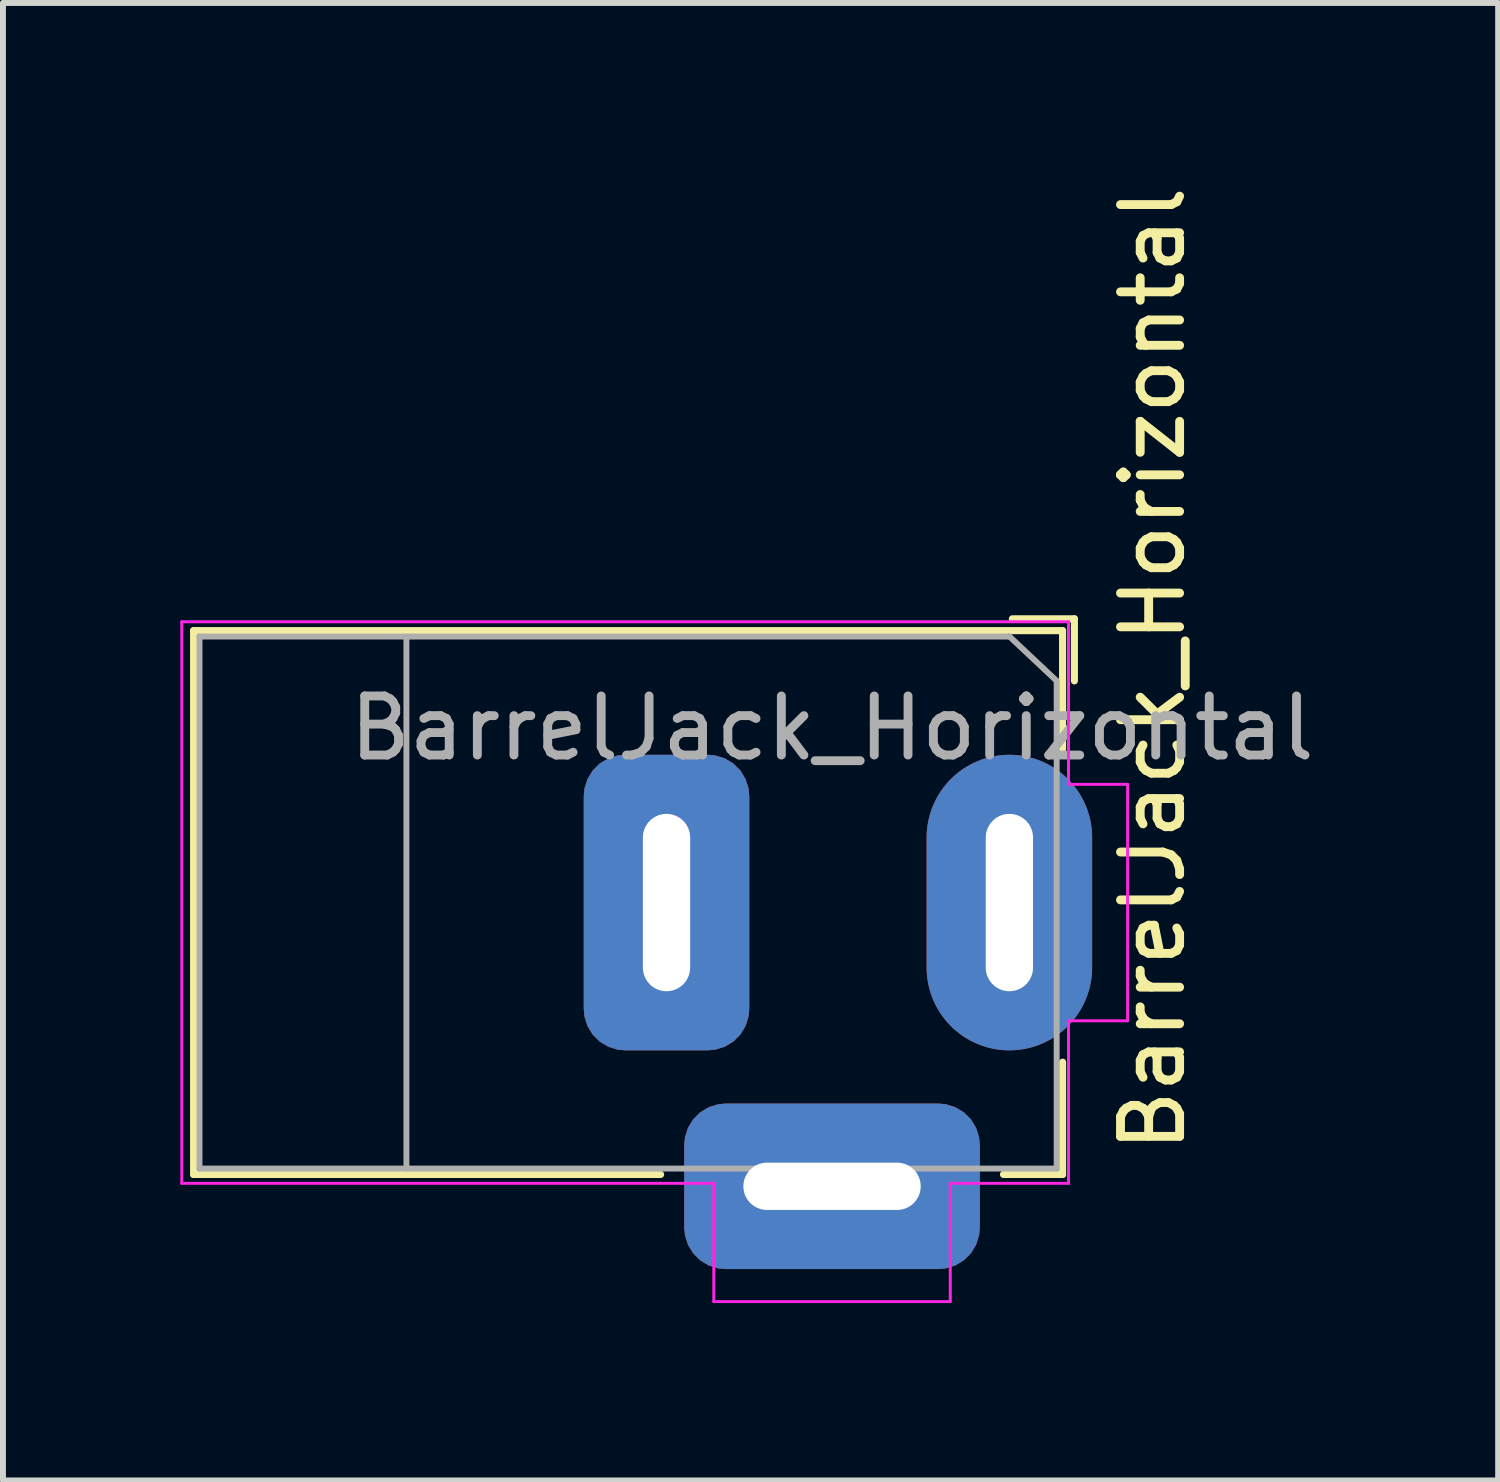
<source format=kicad_pcb>
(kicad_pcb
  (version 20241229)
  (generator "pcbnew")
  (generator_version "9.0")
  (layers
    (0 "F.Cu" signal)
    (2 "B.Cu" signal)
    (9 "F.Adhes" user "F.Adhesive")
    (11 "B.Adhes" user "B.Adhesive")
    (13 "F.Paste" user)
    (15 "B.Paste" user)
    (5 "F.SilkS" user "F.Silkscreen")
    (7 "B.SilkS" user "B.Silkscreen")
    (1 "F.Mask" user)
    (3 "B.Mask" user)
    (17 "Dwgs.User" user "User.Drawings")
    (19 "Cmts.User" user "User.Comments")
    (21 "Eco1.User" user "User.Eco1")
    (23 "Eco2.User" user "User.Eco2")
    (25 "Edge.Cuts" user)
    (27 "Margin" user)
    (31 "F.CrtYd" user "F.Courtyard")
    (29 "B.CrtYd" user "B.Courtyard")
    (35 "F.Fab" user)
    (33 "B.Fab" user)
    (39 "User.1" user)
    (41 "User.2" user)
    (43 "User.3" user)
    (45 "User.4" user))
  (footprint "BarrelJack_Horizontal"
    (layer "F.Cu")
    (at 14.025 12.218)
    (property "Reference" "BarrelJack_Horizontal" (at 2.425 -3.95 90) (layer "F.SilkS") (effects (font (size 1 1) (thickness 0.15))))
    (attr through_hole)
    (fp_line (start -13.8 -4.6) (end 0.9 -4.6) (stroke (width 0.12) (type solid)) (layer "F.SilkS"))
    (fp_line (start -13.8 4.6) (end -13.8 -4.6) (stroke (width 0.12) (type solid)) (layer "F.SilkS"))
    (fp_line (start -5.9 4.6) (end -13.8 4.6) (stroke (width 0.12) (type solid)) (layer "F.SilkS"))
    (fp_line (start 0.05 -4.8) (end 1.1 -4.8) (stroke (width 0.12) (type solid)) (layer "F.SilkS"))
    (fp_line (start 0.9 -4.6) (end 0.9 -2.6) (stroke (width 0.12) (type solid)) (layer "F.SilkS"))
    (fp_line (start 0.9 2.7) (end 0.9 4.6) (stroke (width 0.12) (type solid)) (layer "F.SilkS"))
    (fp_line (start 0.9 4.6) (end -0.1 4.6) (stroke (width 0.12) (type solid)) (layer "F.SilkS"))
    (fp_line (start 1.1 -3.75) (end 1.1 -4.8) (stroke (width 0.12) (type solid)) (layer "F.SilkS"))
    (fp_line (start -14 4.75) (end -14 -4.75) (stroke (width 0.05) (type solid)) (layer "F.CrtYd"))
    (fp_line (start -5 4.75) (end -14 4.75) (stroke (width 0.05) (type solid)) (layer "F.CrtYd"))
    (fp_line (start -5 6.75) (end -5 4.75) (stroke (width 0.05) (type solid)) (layer "F.CrtYd"))
    (fp_line (start -1 4.75) (end -1 6.75) (stroke (width 0.05) (type solid)) (layer "F.CrtYd"))
    (fp_line (start -1 6.75) (end -5 6.75) (stroke (width 0.05) (type solid)) (layer "F.CrtYd"))
    (fp_line (start 1 -4.75) (end -14 -4.75) (stroke (width 0.05) (type solid)) (layer "F.CrtYd"))
    (fp_line (start 1 -4.5) (end 1 -4.75) (stroke (width 0.05) (type solid)) (layer "F.CrtYd"))
    (fp_line (start 1 -4.5) (end 1 -2) (stroke (width 0.05) (type solid)) (layer "F.CrtYd"))
    (fp_line (start 1 -2) (end 2 -2) (stroke (width 0.05) (type solid)) (layer "F.CrtYd"))
    (fp_line (start 1 2) (end 1 4.75) (stroke (width 0.05) (type solid)) (layer "F.CrtYd"))
    (fp_line (start 1 4.75) (end -1 4.75) (stroke (width 0.05) (type solid)) (layer "F.CrtYd"))
    (fp_line (start 2 -2) (end 2 2) (stroke (width 0.05) (type solid)) (layer "F.CrtYd"))
    (fp_line (start 2 2) (end 1 2) (stroke (width 0.05) (type solid)) (layer "F.CrtYd"))
    (fp_line (start -13.7 -4.5) (end -13.7 4.5) (stroke (width 0.1) (type solid)) (layer "F.Fab"))
    (fp_line (start -13.7 4.5) (end 0.8 4.5) (stroke (width 0.1) (type solid)) (layer "F.Fab"))
    (fp_line (start -10.2 -4.5) (end -10.2 4.5) (stroke (width 0.1) (type solid)) (layer "F.Fab"))
    (fp_line (start -0.003 -4.505) (end 0.8 -3.75) (stroke (width 0.1) (type solid)) (layer "F.Fab"))
    (fp_line (start 0 -4.5) (end -13.7 -4.5) (stroke (width 0.1) (type solid)) (layer "F.Fab"))
    (fp_line (start 0.8 4.5) (end 0.8 -3.75) (stroke (width 0.1) (type solid)) (layer "F.Fab"))
    (fp_text user "${REFERENCE}" (at -3 -2.95 0) (layer "F.Fab") (effects (font (size 1 1) (thickness 0.15))))
    (pad "1" thru_hole oval (at 0 0) (size 2.8 5) (drill oval 0.8 3) (layers "*.Cu" "*.Mask"))
    (pad "2" thru_hole roundrect (at -5.8 0) (size 2.8 5) (drill oval 0.8 3) (layers "*.Cu" "*.Mask") (roundrect_rratio 0.25))
    (pad "3" thru_hole roundrect (at -3 4.8) (size 5 2.8) (drill oval 3 0.8) (layers "*.Cu" "*.Mask") (roundrect_rratio 0.25)))
  (gr_rect
    (start -3 -3)
    (end 22.293 21.993)
    (stroke (width 0.1) (type default))
    (fill no)
    (layer "Edge.Cuts")))
</source>
